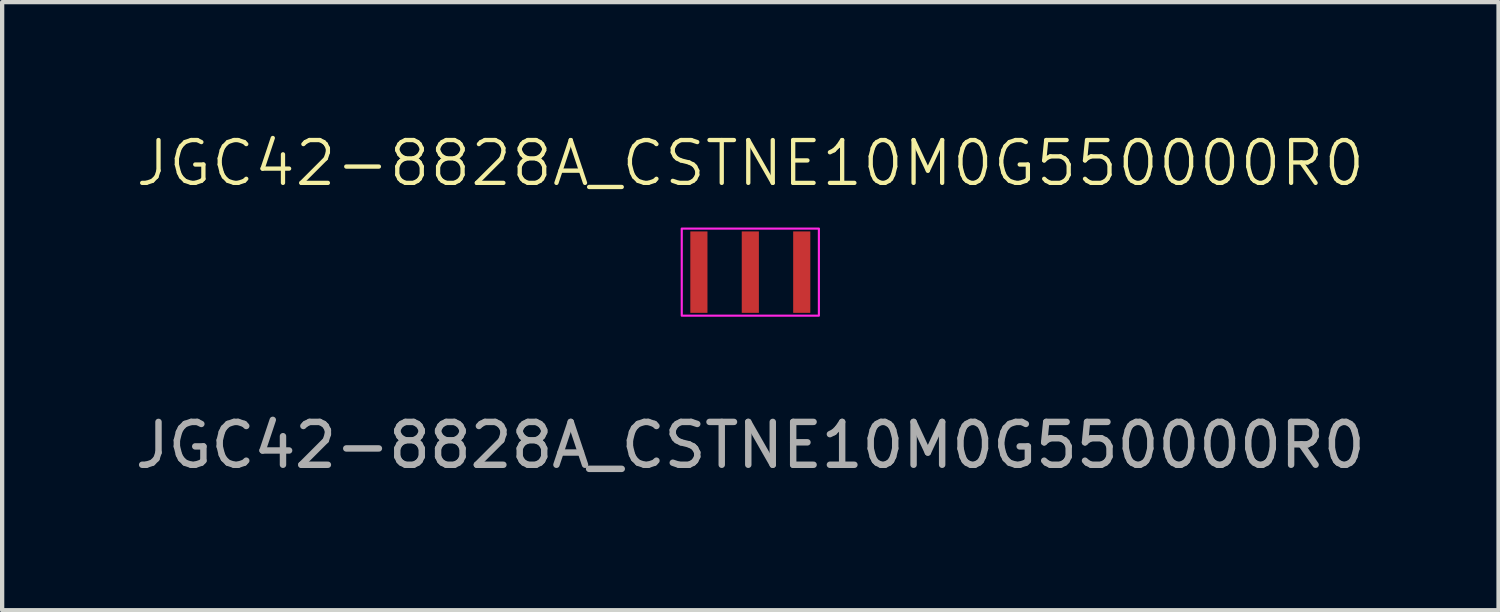
<source format=kicad_pcb>
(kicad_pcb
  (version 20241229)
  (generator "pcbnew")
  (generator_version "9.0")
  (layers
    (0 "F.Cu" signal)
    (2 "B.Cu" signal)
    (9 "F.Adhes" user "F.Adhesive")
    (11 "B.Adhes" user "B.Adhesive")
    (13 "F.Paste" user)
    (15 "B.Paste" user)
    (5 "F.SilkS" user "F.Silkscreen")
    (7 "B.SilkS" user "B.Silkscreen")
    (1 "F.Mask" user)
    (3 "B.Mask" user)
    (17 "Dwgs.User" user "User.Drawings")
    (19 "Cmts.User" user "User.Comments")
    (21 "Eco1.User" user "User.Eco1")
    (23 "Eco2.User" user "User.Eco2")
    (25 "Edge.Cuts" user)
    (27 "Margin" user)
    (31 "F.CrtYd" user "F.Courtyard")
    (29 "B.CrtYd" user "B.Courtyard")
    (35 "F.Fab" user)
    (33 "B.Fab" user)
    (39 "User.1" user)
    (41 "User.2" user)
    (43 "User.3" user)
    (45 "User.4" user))
  (footprint "JGC42-8828A_CSTNE10M0G550000R0"
    (layer "F.Cu")
    (at 14.458 3.3)
    (property "Reference" "JGC42-8828A_CSTNE10M0G550000R0" (at 0 -2.54 0) (unlocked yes) (layer "F.SilkS") (effects (font (size 1 1) (thickness 0.1))))
    (attr smd)
    (fp_rect (start -1.6 -1.016) (end 1.6 1.016) (stroke (width 0.05) (type default)) (fill no) (layer "F.CrtYd"))
    (fp_text user "${REFERENCE}" (at 0 4.04 0) (unlocked yes) (layer "F.Fab") (effects (font (size 1 1) (thickness 0.15))))
    (pad "1" smd rect (at -1.2 0) (size 0.4 1.9) (layers "F.Cu" "F.Mask" "F.Paste"))
    (pad "2" smd rect (at 0 0) (size 0.4 1.9) (layers "F.Cu" "F.Mask" "F.Paste"))
    (pad "3" smd rect (at 1.2 0) (size 0.4 1.9) (layers "F.Cu" "F.Mask" "F.Paste")))
  (gr_rect
    (start -3 -3)
    (end 31.917 11.189)
    (stroke (width 0.1) (type default))
    (fill no)
    (layer "Edge.Cuts")))
</source>
